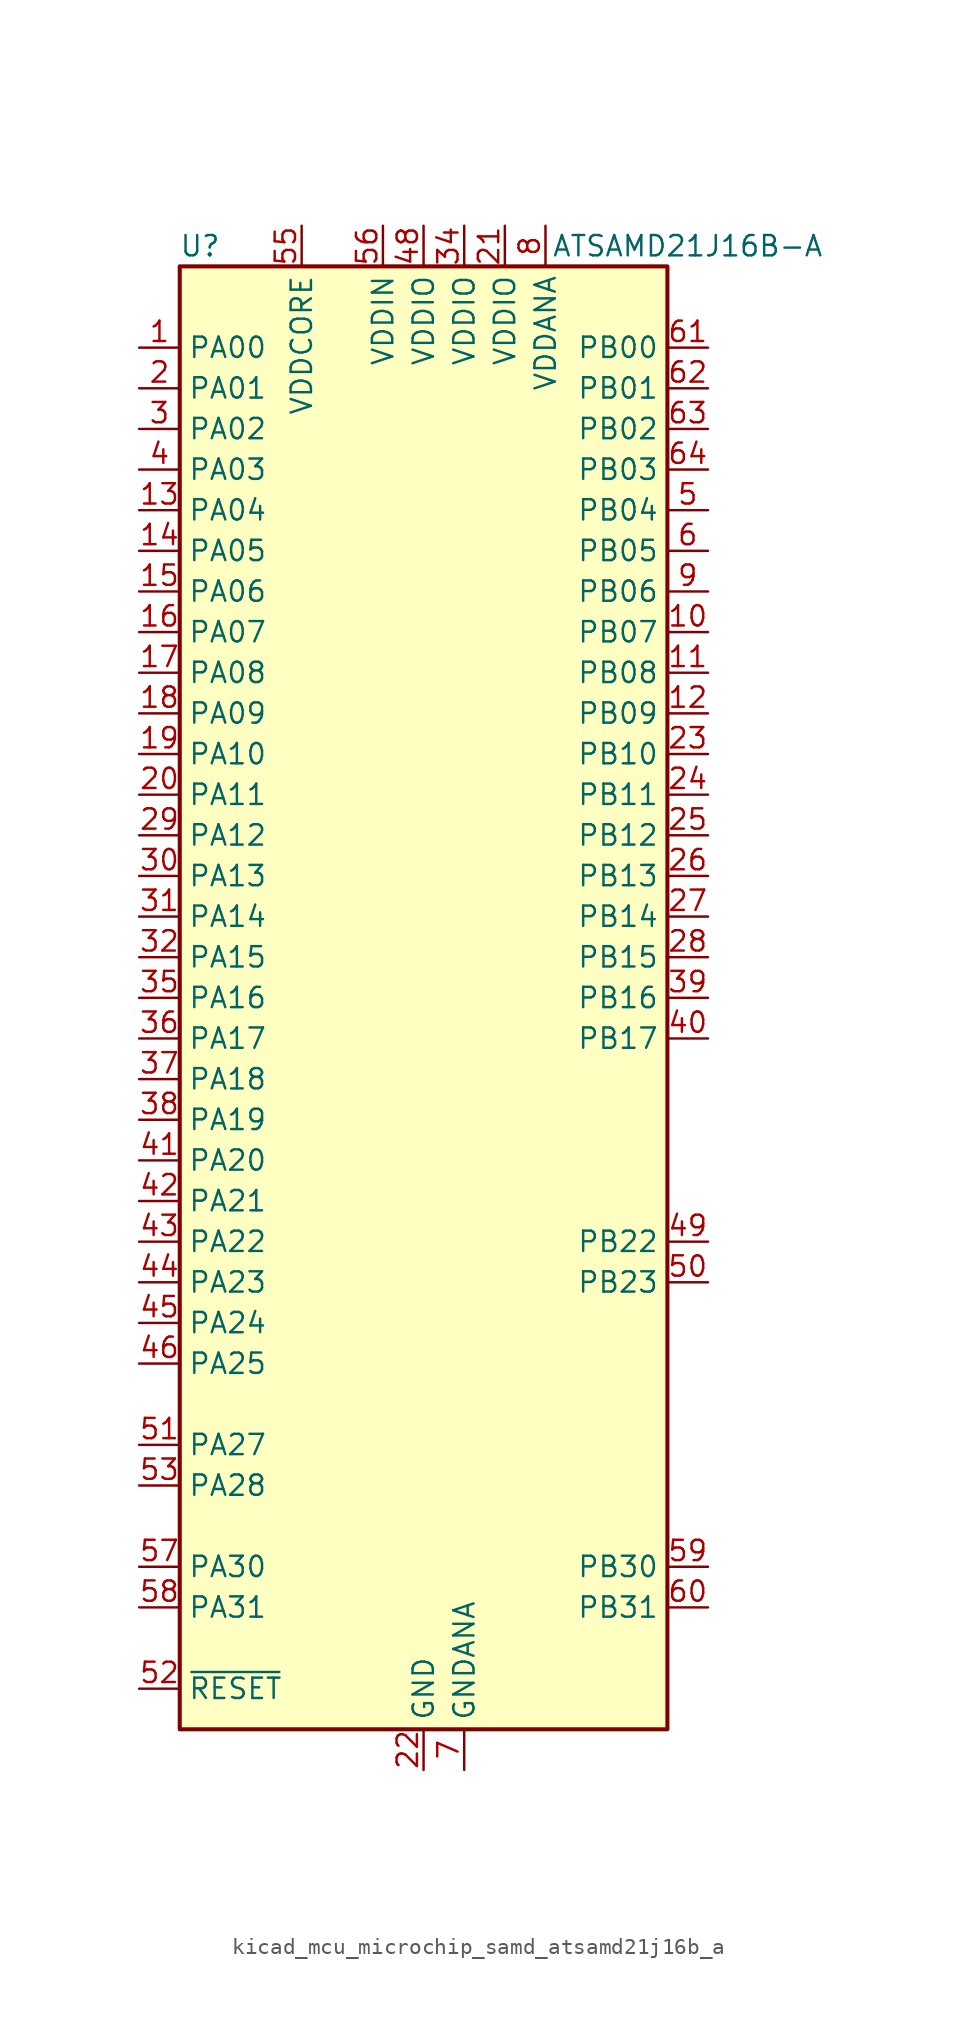
<source format=kicad_sym>
(kicad_symbol_lib
  (version 20220914)
  (generator kicad_symbol_editor)
  (symbol "kicad_mcu_microchip_samd_atsamd21j16b_a"
    (property "Reference" "U"
      (at -13.97 46.99 0)
      (effects (font (size 1.27 1.27))))
    (property "Value" "ATSAMD21J16B-A"
      (at 16.51 46.99 0)
      (effects (font (size 1.27 1.27))))
    (symbol "kicad_mcu_microchip_samd_atsamd21j16b_a_0_1"
      (rectangle (start -15.24 45.72) (end 15.24 -45.72) (stroke (width 0.254) (type default)) (fill (type background))))
    (symbol "kicad_mcu_microchip_samd_atsamd21j16b_a_1_1"
      (pin bidirectional line (at -17.78 40.64 0) (length 2.54) (name "PA00" (effects (font (size 1.27 1.27)))) (number "1" (effects (font (size 1.27 1.27)))))
      (pin bidirectional line (at 17.78 22.86 180) (length 2.54) (name "PB07" (effects (font (size 1.27 1.27)))) (number "10" (effects (font (size 1.27 1.27)))))
      (pin bidirectional line (at 17.78 20.32 180) (length 2.54) (name "PB08" (effects (font (size 1.27 1.27)))) (number "11" (effects (font (size 1.27 1.27)))))
      (pin bidirectional line (at 17.78 17.78 180) (length 2.54) (name "PB09" (effects (font (size 1.27 1.27)))) (number "12" (effects (font (size 1.27 1.27)))))
      (pin bidirectional line (at -17.78 30.48 0) (length 2.54) (name "PA04" (effects (font (size 1.27 1.27)))) (number "13" (effects (font (size 1.27 1.27)))))
      (pin bidirectional line (at -17.78 27.94 0) (length 2.54) (name "PA05" (effects (font (size 1.27 1.27)))) (number "14" (effects (font (size 1.27 1.27)))))
      (pin bidirectional line (at -17.78 25.4 0) (length 2.54) (name "PA06" (effects (font (size 1.27 1.27)))) (number "15" (effects (font (size 1.27 1.27)))))
      (pin bidirectional line (at -17.78 22.86 0) (length 2.54) (name "PA07" (effects (font (size 1.27 1.27)))) (number "16" (effects (font (size 1.27 1.27)))))
      (pin bidirectional line (at -17.78 20.32 0) (length 2.54) (name "PA08" (effects (font (size 1.27 1.27)))) (number "17" (effects (font (size 1.27 1.27)))))
      (pin bidirectional line (at -17.78 17.78 0) (length 2.54) (name "PA09" (effects (font (size 1.27 1.27)))) (number "18" (effects (font (size 1.27 1.27)))))
      (pin bidirectional line (at -17.78 15.24 0) (length 2.54) (name "PA10" (effects (font (size 1.27 1.27)))) (number "19" (effects (font (size 1.27 1.27)))))
      (pin bidirectional line (at -17.78 38.1 0) (length 2.54) (name "PA01" (effects (font (size 1.27 1.27)))) (number "2" (effects (font (size 1.27 1.27)))))
      (pin bidirectional line (at -17.78 12.7 0) (length 2.54) (name "PA11" (effects (font (size 1.27 1.27)))) (number "20" (effects (font (size 1.27 1.27)))))
      (pin power_in line (at 5.08 48.26 270) (length 2.54) (name "VDDIO" (effects (font (size 1.27 1.27)))) (number "21" (effects (font (size 1.27 1.27)))))
      (pin power_in line (at 0 -48.26 90) (length 2.54) (name "GND" (effects (font (size 1.27 1.27)))) (number "22" (effects (font (size 1.27 1.27)))))
      (pin bidirectional line (at 17.78 15.24 180) (length 2.54) (name "PB10" (effects (font (size 1.27 1.27)))) (number "23" (effects (font (size 1.27 1.27)))))
      (pin bidirectional line (at 17.78 12.7 180) (length 2.54) (name "PB11" (effects (font (size 1.27 1.27)))) (number "24" (effects (font (size 1.27 1.27)))))
      (pin bidirectional line (at 17.78 10.16 180) (length 2.54) (name "PB12" (effects (font (size 1.27 1.27)))) (number "25" (effects (font (size 1.27 1.27)))))
      (pin bidirectional line (at 17.78 7.62 180) (length 2.54) (name "PB13" (effects (font (size 1.27 1.27)))) (number "26" (effects (font (size 1.27 1.27)))))
      (pin bidirectional line (at 17.78 5.08 180) (length 2.54) (name "PB14" (effects (font (size 1.27 1.27)))) (number "27" (effects (font (size 1.27 1.27)))))
      (pin bidirectional line (at 17.78 2.54 180) (length 2.54) (name "PB15" (effects (font (size 1.27 1.27)))) (number "28" (effects (font (size 1.27 1.27)))))
      (pin bidirectional line (at -17.78 10.16 0) (length 2.54) (name "PA12" (effects (font (size 1.27 1.27)))) (number "29" (effects (font (size 1.27 1.27)))))
      (pin bidirectional line (at -17.78 35.56 0) (length 2.54) (name "PA02" (effects (font (size 1.27 1.27)))) (number "3" (effects (font (size 1.27 1.27)))))
      (pin bidirectional line (at -17.78 7.62 0) (length 2.54) (name "PA13" (effects (font (size 1.27 1.27)))) (number "30" (effects (font (size 1.27 1.27)))))
      (pin bidirectional line (at -17.78 5.08 0) (length 2.54) (name "PA14" (effects (font (size 1.27 1.27)))) (number "31" (effects (font (size 1.27 1.27)))))
      (pin bidirectional line (at -17.78 2.54 0) (length 2.54) (name "PA15" (effects (font (size 1.27 1.27)))) (number "32" (effects (font (size 1.27 1.27)))))
      (pin passive line (at 0 -48.26 90) (length 2.54) hide (name "GND" (effects (font (size 1.27 1.27)))) (number "33" (effects (font (size 1.27 1.27)))))
      (pin power_in line (at 2.54 48.26 270) (length 2.54) (name "VDDIO" (effects (font (size 1.27 1.27)))) (number "34" (effects (font (size 1.27 1.27)))))
      (pin bidirectional line (at -17.78 0 0) (length 2.54) (name "PA16" (effects (font (size 1.27 1.27)))) (number "35" (effects (font (size 1.27 1.27)))))
      (pin bidirectional line (at -17.78 -2.54 0) (length 2.54) (name "PA17" (effects (font (size 1.27 1.27)))) (number "36" (effects (font (size 1.27 1.27)))))
      (pin bidirectional line (at -17.78 -5.08 0) (length 2.54) (name "PA18" (effects (font (size 1.27 1.27)))) (number "37" (effects (font (size 1.27 1.27)))))
      (pin bidirectional line (at -17.78 -7.62 0) (length 2.54) (name "PA19" (effects (font (size 1.27 1.27)))) (number "38" (effects (font (size 1.27 1.27)))))
      (pin bidirectional line (at 17.78 0 180) (length 2.54) (name "PB16" (effects (font (size 1.27 1.27)))) (number "39" (effects (font (size 1.27 1.27)))))
      (pin bidirectional line (at -17.78 33.02 0) (length 2.54) (name "PA03" (effects (font (size 1.27 1.27)))) (number "4" (effects (font (size 1.27 1.27)))))
      (pin bidirectional line (at 17.78 -2.54 180) (length 2.54) (name "PB17" (effects (font (size 1.27 1.27)))) (number "40" (effects (font (size 1.27 1.27)))))
      (pin bidirectional line (at -17.78 -10.16 0) (length 2.54) (name "PA20" (effects (font (size 1.27 1.27)))) (number "41" (effects (font (size 1.27 1.27)))))
      (pin bidirectional line (at -17.78 -12.7 0) (length 2.54) (name "PA21" (effects (font (size 1.27 1.27)))) (number "42" (effects (font (size 1.27 1.27)))))
      (pin bidirectional line (at -17.78 -15.24 0) (length 2.54) (name "PA22" (effects (font (size 1.27 1.27)))) (number "43" (effects (font (size 1.27 1.27)))))
      (pin bidirectional line (at -17.78 -17.78 0) (length 2.54) (name "PA23" (effects (font (size 1.27 1.27)))) (number "44" (effects (font (size 1.27 1.27)))))
      (pin bidirectional line (at -17.78 -20.32 0) (length 2.54) (name "PA24" (effects (font (size 1.27 1.27)))) (number "45" (effects (font (size 1.27 1.27)))))
      (pin bidirectional line (at -17.78 -22.86 0) (length 2.54) (name "PA25" (effects (font (size 1.27 1.27)))) (number "46" (effects (font (size 1.27 1.27)))))
      (pin passive line (at 0 -48.26 90) (length 2.54) hide (name "GND" (effects (font (size 1.27 1.27)))) (number "47" (effects (font (size 1.27 1.27)))))
      (pin power_in line (at 0 48.26 270) (length 2.54) (name "VDDIO" (effects (font (size 1.27 1.27)))) (number "48" (effects (font (size 1.27 1.27)))))
      (pin bidirectional line (at 17.78 -15.24 180) (length 2.54) (name "PB22" (effects (font (size 1.27 1.27)))) (number "49" (effects (font (size 1.27 1.27)))))
      (pin bidirectional line (at 17.78 30.48 180) (length 2.54) (name "PB04" (effects (font (size 1.27 1.27)))) (number "5" (effects (font (size 1.27 1.27)))))
      (pin bidirectional line (at 17.78 -17.78 180) (length 2.54) (name "PB23" (effects (font (size 1.27 1.27)))) (number "50" (effects (font (size 1.27 1.27)))))
      (pin bidirectional line (at -17.78 -27.94 0) (length 2.54) (name "PA27" (effects (font (size 1.27 1.27)))) (number "51" (effects (font (size 1.27 1.27)))))
      (pin input line (at -17.78 -43.18 0) (length 2.54) (name "~{RESET}" (effects (font (size 1.27 1.27)))) (number "52" (effects (font (size 1.27 1.27)))))
      (pin bidirectional line (at -17.78 -30.48 0) (length 2.54) (name "PA28" (effects (font (size 1.27 1.27)))) (number "53" (effects (font (size 1.27 1.27)))))
      (pin passive line (at 0 -48.26 90) (length 2.54) hide (name "GND" (effects (font (size 1.27 1.27)))) (number "54" (effects (font (size 1.27 1.27)))))
      (pin power_out line (at -7.62 48.26 270) (length 2.54) (name "VDDCORE" (effects (font (size 1.27 1.27)))) (number "55" (effects (font (size 1.27 1.27)))))
      (pin power_in line (at -2.54 48.26 270) (length 2.54) (name "VDDIN" (effects (font (size 1.27 1.27)))) (number "56" (effects (font (size 1.27 1.27)))))
      (pin bidirectional line (at -17.78 -35.56 0) (length 2.54) (name "PA30" (effects (font (size 1.27 1.27)))) (number "57" (effects (font (size 1.27 1.27)))))
      (pin bidirectional line (at -17.78 -38.1 0) (length 2.54) (name "PA31" (effects (font (size 1.27 1.27)))) (number "58" (effects (font (size 1.27 1.27)))))
      (pin bidirectional line (at 17.78 -35.56 180) (length 2.54) (name "PB30" (effects (font (size 1.27 1.27)))) (number "59" (effects (font (size 1.27 1.27)))))
      (pin bidirectional line (at 17.78 27.94 180) (length 2.54) (name "PB05" (effects (font (size 1.27 1.27)))) (number "6" (effects (font (size 1.27 1.27)))))
      (pin bidirectional line (at 17.78 -38.1 180) (length 2.54) (name "PB31" (effects (font (size 1.27 1.27)))) (number "60" (effects (font (size 1.27 1.27)))))
      (pin bidirectional line (at 17.78 40.64 180) (length 2.54) (name "PB00" (effects (font (size 1.27 1.27)))) (number "61" (effects (font (size 1.27 1.27)))))
      (pin bidirectional line (at 17.78 38.1 180) (length 2.54) (name "PB01" (effects (font (size 1.27 1.27)))) (number "62" (effects (font (size 1.27 1.27)))))
      (pin bidirectional line (at 17.78 35.56 180) (length 2.54) (name "PB02" (effects (font (size 1.27 1.27)))) (number "63" (effects (font (size 1.27 1.27)))))
      (pin bidirectional line (at 17.78 33.02 180) (length 2.54) (name "PB03" (effects (font (size 1.27 1.27)))) (number "64" (effects (font (size 1.27 1.27)))))
      (pin power_in line (at 2.54 -48.26 90) (length 2.54) (name "GNDANA" (effects (font (size 1.27 1.27)))) (number "7" (effects (font (size 1.27 1.27)))))
      (pin power_in line (at 7.62 48.26 270) (length 2.54) (name "VDDANA" (effects (font (size 1.27 1.27)))) (number "8" (effects (font (size 1.27 1.27)))))
      (pin bidirectional line (at 17.78 25.4 180) (length 2.54) (name "PB06" (effects (font (size 1.27 1.27)))) (number "9" (effects (font (size 1.27 1.27))))))))
</source>
